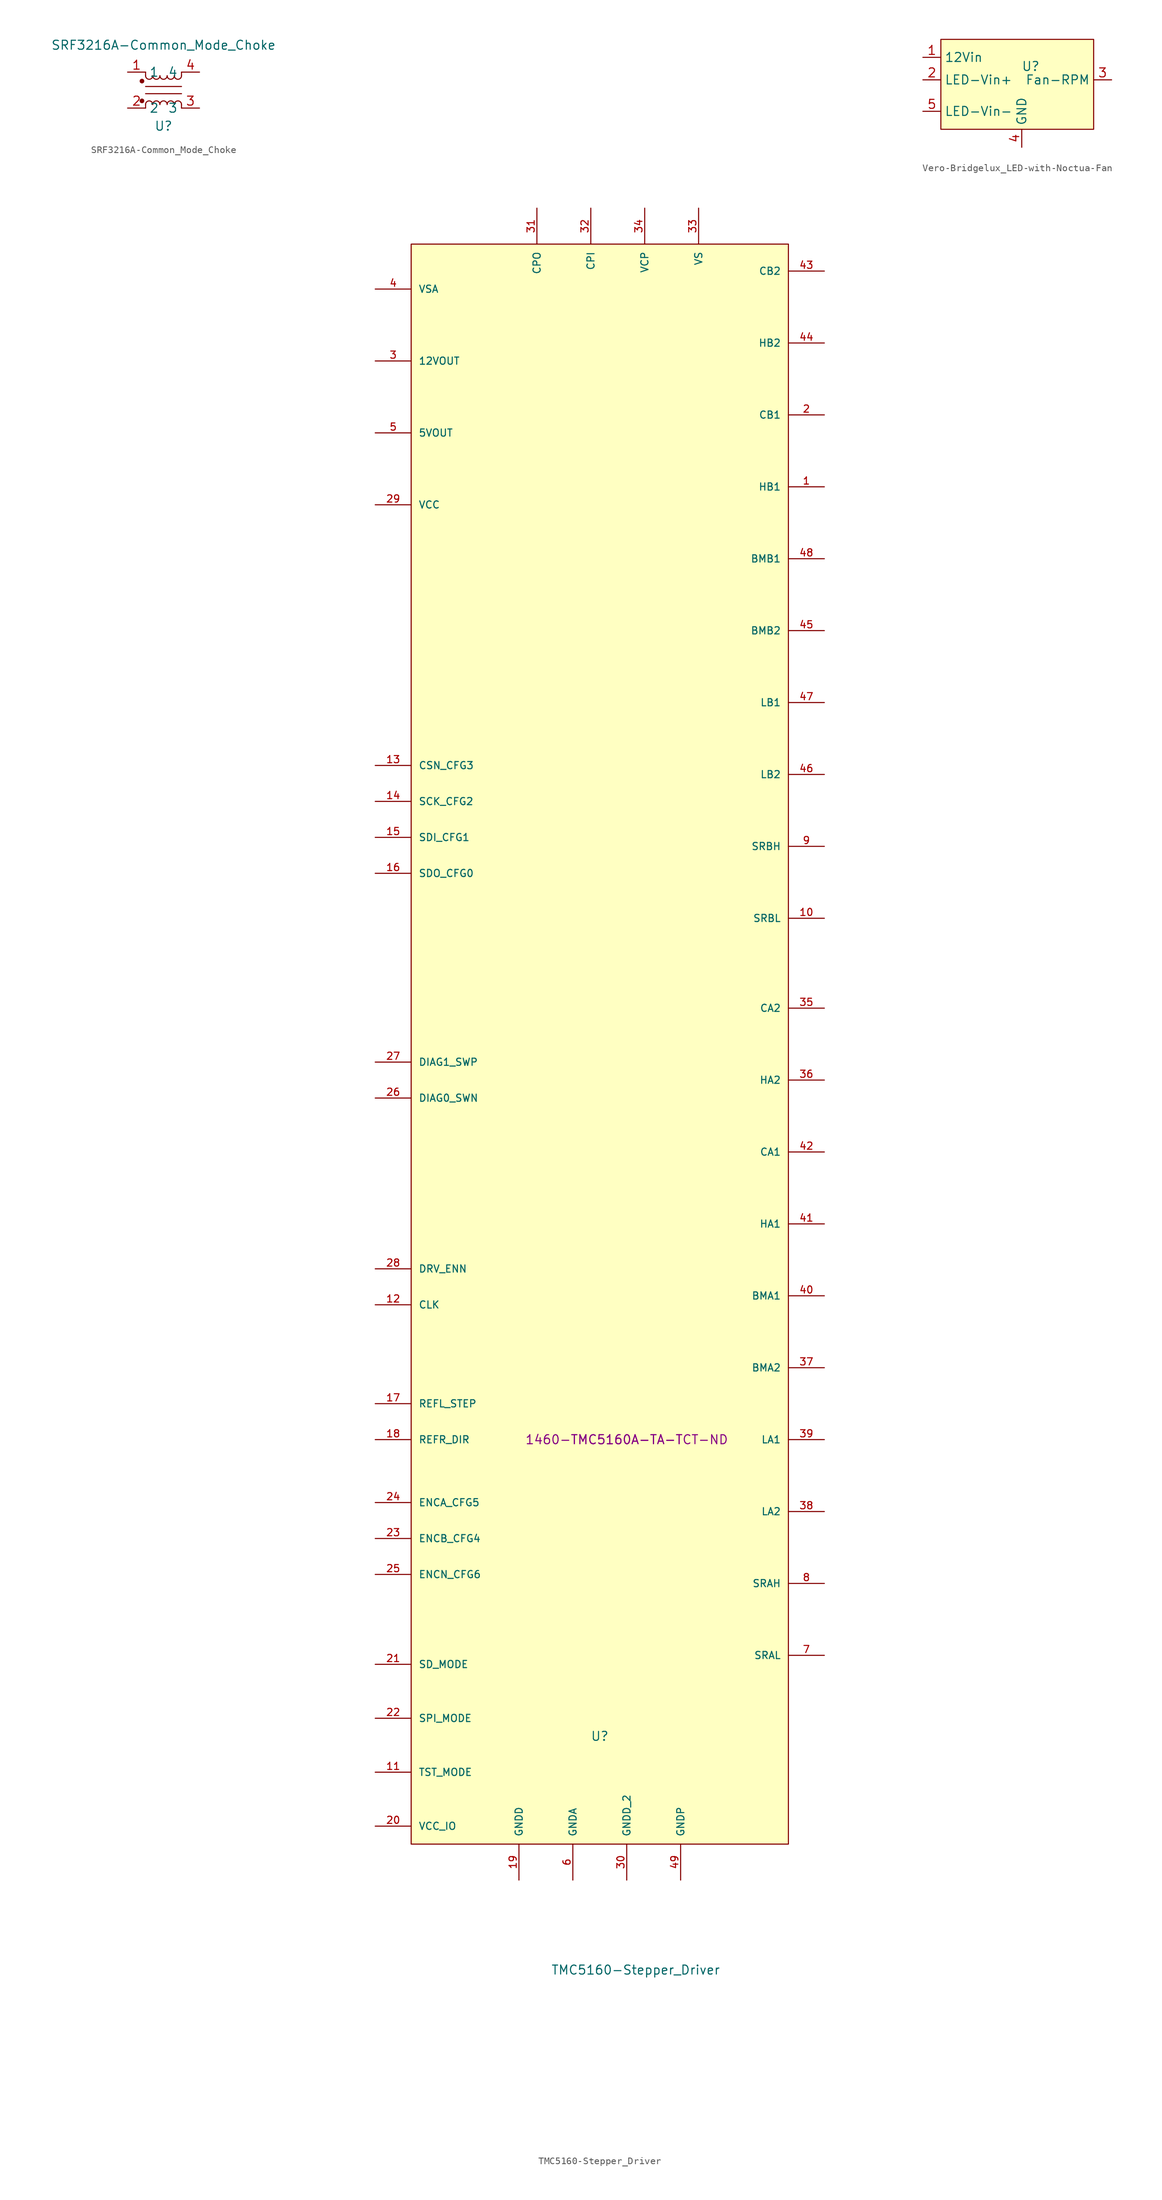
<source format=kicad_sym>
(kicad_symbol_lib
  (version 20211014)
  (generator kicad_symbol_editor)
  (symbol "SRF3216A-Common_Mode_Choke"
    (property "Reference" "U"
      (at 0 -5.08 0)
      (effects (font (size 1.27 1.27))))
    (property "Value" "SRF3216A-Common_Mode_Choke"
      (at 0 6.35 0)
      (effects (font (size 1.27 1.27))))
    (symbol "SRF3216A-Common_Mode_Choke_0_1"
      (circle (center -3.048 -1.524) (radius 0.254) (stroke (width 0) (type default) (color 0 0 0 0)) (fill (type outline)))
      (circle (center -3.048 1.27) (radius 0.254) (stroke (width 0) (type default) (color 0 0 0 0)) (fill (type outline)))
      (arc (start -2.54 2.032) (mid -2.032 1.524) (end -1.524 2.032) (stroke (width 0) (type default) (color 0 0 0 0)) (fill (type none)))
      (arc (start -1.524 -2.032) (mid -2.032 -1.524) (end -2.54 -2.032) (stroke (width 0) (type default) (color 0 0 0 0)) (fill (type none)))
      (arc (start -1.524 2.032) (mid -1.016 1.524) (end -0.508 2.032) (stroke (width 0) (type default) (color 0 0 0 0)) (fill (type none)))
      (arc (start -0.508 -2.032) (mid -1.016 -1.524) (end -1.524 -2.032) (stroke (width 0) (type default) (color 0 0 0 0)) (fill (type none)))
      (arc (start -0.508 2.032) (mid 0 1.524) (end 0.508 2.032) (stroke (width 0) (type default) (color 0 0 0 0)) (fill (type none)))
      (polyline (pts (xy -2.54 -2.032) (xy -2.54 -2.54)) (stroke (width 0) (type default) (color 0 0 0 0)) (fill (type none)))
      (polyline (pts (xy -2.54 -0.508) (xy 2.54 -0.508)) (stroke (width 0) (type default) (color 0 0 0 0)) (fill (type none)))
      (polyline (pts (xy -2.54 2.032) (xy -2.54 2.54)) (stroke (width 0) (type default) (color 0 0 0 0)) (fill (type none)))
      (polyline (pts (xy 2.54 -2.54) (xy 2.54 -2.032)) (stroke (width 0) (type default) (color 0 0 0 0)) (fill (type none)))
      (polyline (pts (xy 2.54 0.508) (xy -2.54 0.508)) (stroke (width 0) (type default) (color 0 0 0 0)) (fill (type none)))
      (polyline (pts (xy 2.54 2.032) (xy 2.54 2.54)) (stroke (width 0) (type default) (color 0 0 0 0)) (fill (type none)))
      (arc (start 0.508 -2.032) (mid 0 -1.524) (end -0.508 -2.032) (stroke (width 0) (type default) (color 0 0 0 0)) (fill (type none)))
      (arc (start 0.508 2.032) (mid 1.016 1.524) (end 1.524 2.032) (stroke (width 0) (type default) (color 0 0 0 0)) (fill (type none)))
      (arc (start 1.524 -2.032) (mid 1.016 -1.524) (end 0.508 -2.032) (stroke (width 0) (type default) (color 0 0 0 0)) (fill (type none)))
      (arc (start 1.524 2.032) (mid 2.032 1.524) (end 2.54 2.032) (stroke (width 0) (type default) (color 0 0 0 0)) (fill (type none)))
      (arc (start 2.54 -2.032) (mid 2.032 -1.524) (end 1.524 -2.032) (stroke (width 0) (type default) (color 0 0 0 0)) (fill (type none))))
    (symbol "SRF3216A-Common_Mode_Choke_1_1"
      (pin passive line (at -5.08 2.54 0) (length 2.54) (name "1" (effects (font (size 1.27 1.27)))) (number "1" (effects (font (size 1.27 1.27)))))
      (pin passive line (at -5.08 -2.54 0) (length 2.54) (name "2" (effects (font (size 1.27 1.27)))) (number "2" (effects (font (size 1.27 1.27)))))
      (pin passive line (at 5.08 -2.54 180) (length 2.54) (name "3" (effects (font (size 1.27 1.27)))) (number "3" (effects (font (size 1.27 1.27)))))
      (pin passive line (at 5.08 2.54 180) (length 2.54) (name "4" (effects (font (size 1.27 1.27)))) (number "4" (effects (font (size 1.27 1.27)))))))
  (symbol "TMC5160-Stepper_Driver"
    (pin_names
      (offset 1.016))
    (property "Reference" "U"
      (at -3.81 -41.91 0)
      (effects (font (size 1.27 1.27))))
    (property "Value" "TMC5160-Stepper_Driver"
      (at 1.27 -74.93 0)
      (effects (font (size 1.27 1.27))))
    (property "Digi-Key_PN" "1460-TMC5160A-TA-TCT-ND"
      (at 0 0 0)
      (effects (font (size 1.27 1.27))))
    (property "Manufacturer_PN" "TMC5160A-TA-T"
      (at 0 0 0)
      (effects (font (size 1.27 1.27))))
    (symbol "TMC5160-Stepper_Driver_0_0"
      (pin output line (at 27.94 134.62 180) (length 5.08) (name "HB1" (effects (font (size 1.016 1.016)))) (number "1" (effects (font (size 1.016 1.016)))))
      (pin input line (at 27.94 73.66 180) (length 5.08) (name "SRBL" (effects (font (size 1.016 1.016)))) (number "10" (effects (font (size 1.016 1.016)))))
      (pin input line (at -35.56 -46.99 0) (length 5.08) (name "TST_MODE" (effects (font (size 1.016 1.016)))) (number "11" (effects (font (size 1.016 1.016)))))
      (pin input line (at -35.56 19.05 0) (length 5.08) (name "CLK" (effects (font (size 1.016 1.016)))) (number "12" (effects (font (size 1.016 1.016)))))
      (pin input line (at -35.56 95.25 0) (length 5.08) (name "CSN_CFG3" (effects (font (size 1.016 1.016)))) (number "13" (effects (font (size 1.016 1.016)))))
      (pin input line (at -35.56 90.17 0) (length 5.08) (name "SCK_CFG2" (effects (font (size 1.016 1.016)))) (number "14" (effects (font (size 1.016 1.016)))))
      (pin input line (at -35.56 85.09 0) (length 5.08) (name "SDI_CFG1" (effects (font (size 1.016 1.016)))) (number "15" (effects (font (size 1.016 1.016)))))
      (pin output line (at -35.56 80.01 0) (length 5.08) (name "SDO_CFG0" (effects (font (size 1.016 1.016)))) (number "16" (effects (font (size 1.016 1.016)))))
      (pin input line (at -35.56 5.08 0) (length 5.08) (name "REFL_STEP" (effects (font (size 1.016 1.016)))) (number "17" (effects (font (size 1.016 1.016)))))
      (pin input line (at -35.56 0 0) (length 5.08) (name "REFR_DIR" (effects (font (size 1.016 1.016)))) (number "18" (effects (font (size 1.016 1.016)))))
      (pin power_in line (at -15.24 -62.23 90) (length 5.08) (name "GNDD" (effects (font (size 1.016 1.016)))) (number "19" (effects (font (size 1.016 1.016)))))
      (pin input line (at 27.94 144.78 180) (length 5.08) (name "CB1" (effects (font (size 1.016 1.016)))) (number "2" (effects (font (size 1.016 1.016)))))
      (pin power_in line (at -35.56 -54.61 0) (length 5.08) (name "VCC_IO" (effects (font (size 1.016 1.016)))) (number "20" (effects (font (size 1.016 1.016)))))
      (pin input line (at -35.56 -31.75 0) (length 5.08) (name "SD_MODE" (effects (font (size 1.016 1.016)))) (number "21" (effects (font (size 1.016 1.016)))))
      (pin input line (at -35.56 -39.37 0) (length 5.08) (name "SPI_MODE" (effects (font (size 1.016 1.016)))) (number "22" (effects (font (size 1.016 1.016)))))
      (pin input line (at -35.56 -13.97 0) (length 5.08) (name "ENCB_CFG4" (effects (font (size 1.016 1.016)))) (number "23" (effects (font (size 1.016 1.016)))))
      (pin input line (at -35.56 -8.89 0) (length 5.08) (name "ENCA_CFG5" (effects (font (size 1.016 1.016)))) (number "24" (effects (font (size 1.016 1.016)))))
      (pin input line (at -35.56 -19.05 0) (length 5.08) (name "ENCN_CFG6" (effects (font (size 1.016 1.016)))) (number "25" (effects (font (size 1.016 1.016)))))
      (pin bidirectional line (at -35.56 48.26 0) (length 5.08) (name "DIAG0_SWN" (effects (font (size 1.016 1.016)))) (number "26" (effects (font (size 1.016 1.016)))))
      (pin bidirectional line (at -35.56 53.34 0) (length 5.08) (name "DIAG1_SWP" (effects (font (size 1.016 1.016)))) (number "27" (effects (font (size 1.016 1.016)))))
      (pin input line (at -35.56 24.13 0) (length 5.08) (name "DRV_ENN" (effects (font (size 1.016 1.016)))) (number "28" (effects (font (size 1.016 1.016)))))
      (pin power_in line (at -35.56 132.08 0) (length 5.08) (name "VCC" (effects (font (size 1.016 1.016)))) (number "29" (effects (font (size 1.016 1.016)))))
      (pin power_out line (at -35.56 152.4 0) (length 5.08) (name "12VOUT" (effects (font (size 1.016 1.016)))) (number "3" (effects (font (size 1.016 1.016)))))
      (pin power_in line (at 0 -62.23 90) (length 5.08) (name "GNDD_2" (effects (font (size 1.016 1.016)))) (number "30" (effects (font (size 1.016 1.016)))))
      (pin input line (at -12.7 173.99 270) (length 5.08) (name "CPO" (effects (font (size 1.016 1.016)))) (number "31" (effects (font (size 1.016 1.016)))))
      (pin input line (at -5.08 173.99 270) (length 5.08) (name "CPI" (effects (font (size 1.016 1.016)))) (number "32" (effects (font (size 1.016 1.016)))))
      (pin power_in line (at 10.16 173.99 270) (length 5.08) (name "VS" (effects (font (size 1.016 1.016)))) (number "33" (effects (font (size 1.016 1.016)))))
      (pin input line (at 2.54 173.99 270) (length 5.08) (name "VCP" (effects (font (size 1.016 1.016)))) (number "34" (effects (font (size 1.016 1.016)))))
      (pin input line (at 27.94 60.96 180) (length 5.08) (name "CA2" (effects (font (size 1.016 1.016)))) (number "35" (effects (font (size 1.016 1.016)))))
      (pin output line (at 27.94 50.8 180) (length 5.08) (name "HA2" (effects (font (size 1.016 1.016)))) (number "36" (effects (font (size 1.016 1.016)))))
      (pin input line (at 27.94 10.16 180) (length 5.08) (name "BMA2" (effects (font (size 1.016 1.016)))) (number "37" (effects (font (size 1.016 1.016)))))
      (pin output line (at 27.94 -10.16 180) (length 5.08) (name "LA2" (effects (font (size 1.016 1.016)))) (number "38" (effects (font (size 1.016 1.016)))))
      (pin output line (at 27.94 0 180) (length 5.08) (name "LA1" (effects (font (size 1.016 1.016)))) (number "39" (effects (font (size 1.016 1.016)))))
      (pin power_in line (at -35.56 162.56 0) (length 5.08) (name "VSA" (effects (font (size 1.016 1.016)))) (number "4" (effects (font (size 1.016 1.016)))))
      (pin input line (at 27.94 20.32 180) (length 5.08) (name "BMA1" (effects (font (size 1.016 1.016)))) (number "40" (effects (font (size 1.016 1.016)))))
      (pin output line (at 27.94 30.48 180) (length 5.08) (name "HA1" (effects (font (size 1.016 1.016)))) (number "41" (effects (font (size 1.016 1.016)))))
      (pin input line (at 27.94 40.64 180) (length 5.08) (name "CA1" (effects (font (size 1.016 1.016)))) (number "42" (effects (font (size 1.016 1.016)))))
      (pin input line (at 27.94 165.1 180) (length 5.08) (name "CB2" (effects (font (size 1.016 1.016)))) (number "43" (effects (font (size 1.016 1.016)))))
      (pin output line (at 27.94 154.94 180) (length 5.08) (name "HB2" (effects (font (size 1.016 1.016)))) (number "44" (effects (font (size 1.016 1.016)))))
      (pin input line (at 27.94 114.3 180) (length 5.08) (name "BMB2" (effects (font (size 1.016 1.016)))) (number "45" (effects (font (size 1.016 1.016)))))
      (pin output line (at 27.94 93.98 180) (length 5.08) (name "LB2" (effects (font (size 1.016 1.016)))) (number "46" (effects (font (size 1.016 1.016)))))
      (pin output line (at 27.94 104.14 180) (length 5.08) (name "LB1" (effects (font (size 1.016 1.016)))) (number "47" (effects (font (size 1.016 1.016)))))
      (pin input line (at 27.94 124.46 180) (length 5.08) (name "BMB1" (effects (font (size 1.016 1.016)))) (number "48" (effects (font (size 1.016 1.016)))))
      (pin power_in line (at 7.62 -62.23 90) (length 5.08) (name "GNDP" (effects (font (size 1.016 1.016)))) (number "49" (effects (font (size 1.016 1.016)))))
      (pin power_out line (at -35.56 142.24 0) (length 5.08) (name "5VOUT" (effects (font (size 1.016 1.016)))) (number "5" (effects (font (size 1.016 1.016)))))
      (pin power_in line (at -7.62 -62.23 90) (length 5.08) (name "GNDA" (effects (font (size 1.016 1.016)))) (number "6" (effects (font (size 1.016 1.016)))))
      (pin input line (at 27.94 -30.48 180) (length 5.08) (name "SRAL" (effects (font (size 1.016 1.016)))) (number "7" (effects (font (size 1.016 1.016)))))
      (pin input line (at 27.94 -20.32 180) (length 5.08) (name "SRAH" (effects (font (size 1.016 1.016)))) (number "8" (effects (font (size 1.016 1.016)))))
      (pin input line (at 27.94 83.82 180) (length 5.08) (name "SRBH" (effects (font (size 1.016 1.016)))) (number "9" (effects (font (size 1.016 1.016))))))
    (symbol "TMC5160-Stepper_Driver_0_1"
      (rectangle (start -30.48 168.91) (end 22.86 -57.15) (stroke (width 0) (type default) (color 0 0 0 0)) (fill (type background)))))
  (symbol "Vero-Bridgelux_LED-with-Noctua-Fan"
    (property "Reference" "U"
      (at 1.905 4.445 0)
      (effects (font (size 1.27 1.27))))
    (symbol "Vero-Bridgelux_LED-with-Noctua-Fan_0_0"
      (pin power_in line (at -13.335 5.715 0) (length 2.54) (name "12Vin" (effects (font (size 1.27 1.27)))) (number "1" (effects (font (size 1.27 1.27)))))
      (pin power_in line (at -13.335 2.54 0) (length 2.54) (name "LED-Vin+" (effects (font (size 1.27 1.27)))) (number "2" (effects (font (size 1.27 1.27)))))
      (pin output line (at 13.335 2.54 180) (length 2.54) (name "Fan-RPM" (effects (font (size 1.27 1.27)))) (number "3" (effects (font (size 1.27 1.27)))))
      (pin power_in line (at 0.635 -6.985 90) (length 2.54) (name "GND" (effects (font (size 1.27 1.27)))) (number "4" (effects (font (size 1.27 1.27)))))
      (pin power_in line (at -13.335 -1.905 0) (length 2.54) (name "LED-Vin-" (effects (font (size 1.27 1.27)))) (number "5" (effects (font (size 1.27 1.27))))))
    (symbol "Vero-Bridgelux_LED-with-Noctua-Fan_0_1"
      (rectangle (start -10.795 8.255) (end 10.795 -4.445) (stroke (width 0) (type default) (color 0 0 0 0)) (fill (type background))))))
</source>
